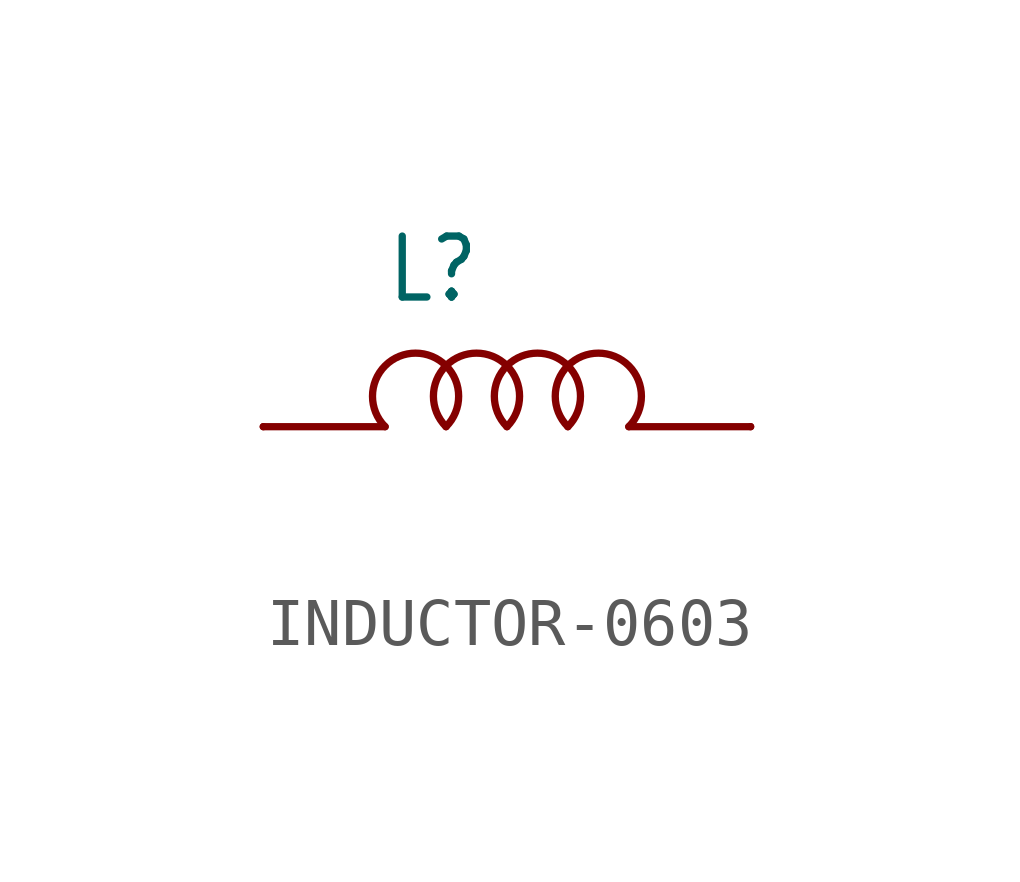
<source format=kicad_sym>
(kicad_symbol_lib
  (version 20231120)
  (generator "kicad_symbol_editor")
  (generator_version "8.0")
  (symbol "INDUCTOR-0603"
    (property "Reference" "L"
      (at -2.54 2.54 0)
      (effects (font (size 1.27 1.079)) (justify left bottom)))
    (property "Value" ""
      (at -2.54 -2.54 0)
      (effects (font (size 1.27 1.079)) (justify left bottom)))
    (property "ki_locked" ""
      (at 0 0 0)
      (effects (font (size 1.27 1.27))))
    (symbol "INDUCTOR-0603_1_0"
      (arc (start -1.2701 -0.0001) (mid -1.9049 1.5329) (end -2.54 0) (stroke (width 0.1524) (type solid)) (fill (type none)))
      (arc (start -0.0001 -0.0001) (mid -0.6349 1.5329) (end -1.27 0) (stroke (width 0.1524) (type solid)) (fill (type none)))
      (polyline (pts (xy -2.54 0) (xy -5.08 0)) (stroke (width 0.152) (type solid)) (fill (type none)))
      (polyline (pts (xy 2.54 0) (xy 5.08 0)) (stroke (width 0.152) (type solid)) (fill (type none)))
      (arc (start 1.2699 -0.0001) (mid 0.6351 1.5329) (end 0 0) (stroke (width 0.1524) (type solid)) (fill (type none)))
      (arc (start 2.5399 -0.0001) (mid 1.9051 1.5329) (end 1.27 0) (stroke (width 0.1524) (type solid)) (fill (type none)))
      (pin passive line (at -5.08 0 0) (length 0) (name "P$1" (effects (font (size 0 0)))) (number "1" (effects (font (size 0 0)))))
      (pin passive line (at 5.08 0 0) (length 0) (name "P$2" (effects (font (size 0 0)))) (number "2" (effects (font (size 0 0))))))))
</source>
